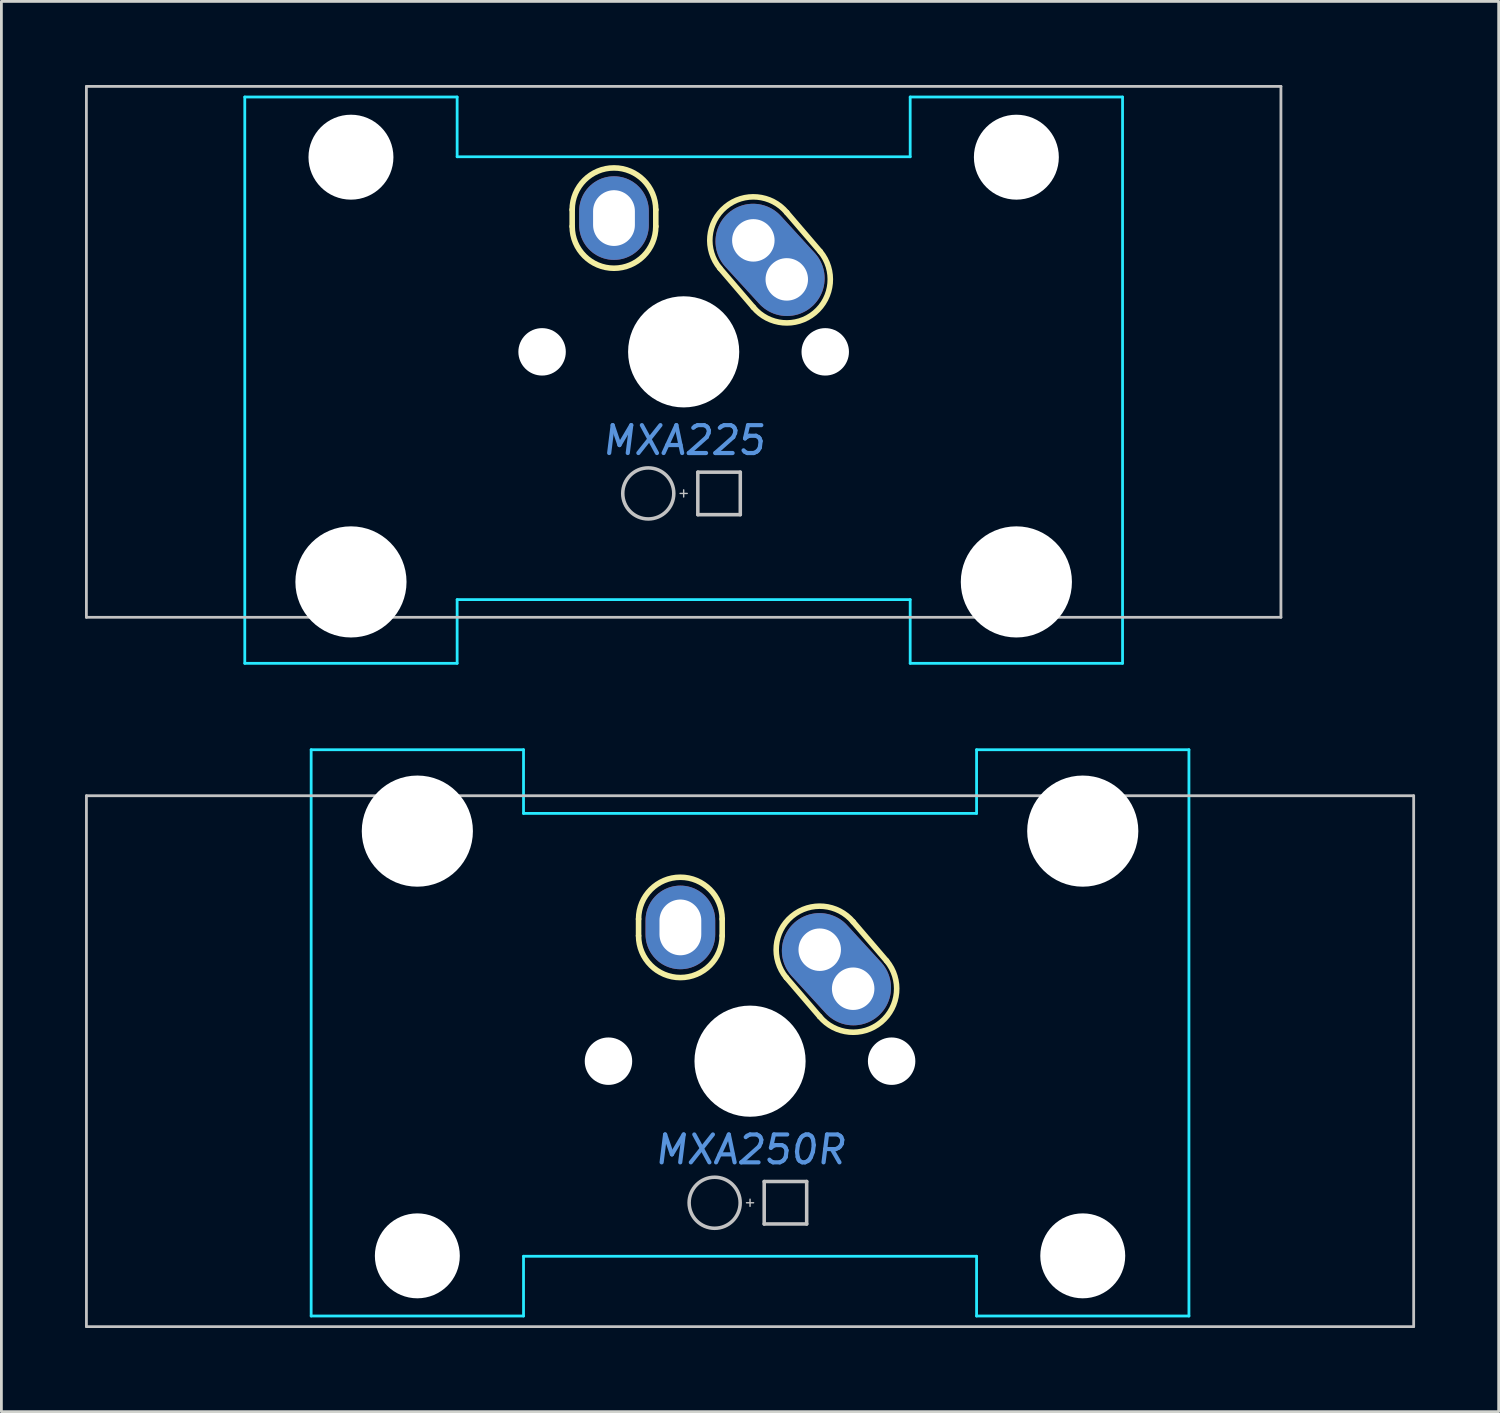
<source format=kicad_pcb>
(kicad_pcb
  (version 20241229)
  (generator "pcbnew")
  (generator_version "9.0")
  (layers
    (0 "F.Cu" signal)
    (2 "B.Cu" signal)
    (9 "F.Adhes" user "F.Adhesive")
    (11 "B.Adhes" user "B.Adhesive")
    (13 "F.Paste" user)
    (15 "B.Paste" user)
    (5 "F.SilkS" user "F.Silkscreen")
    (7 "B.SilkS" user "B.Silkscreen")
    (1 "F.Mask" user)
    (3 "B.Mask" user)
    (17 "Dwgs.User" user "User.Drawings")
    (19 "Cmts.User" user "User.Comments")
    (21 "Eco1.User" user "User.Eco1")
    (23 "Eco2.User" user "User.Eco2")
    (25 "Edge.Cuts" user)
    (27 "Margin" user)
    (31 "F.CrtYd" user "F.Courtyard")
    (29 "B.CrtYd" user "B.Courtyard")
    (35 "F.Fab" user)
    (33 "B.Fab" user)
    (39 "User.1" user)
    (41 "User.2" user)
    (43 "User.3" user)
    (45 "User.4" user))
  (footprint "MXA225"
    (layer "F.Cu")
    (at 21.481 9.575)
    (property "Reference" "MXA225" (at 0 3.175 0) (layer "Cmts.User") (effects (font (size 1 1) (thickness 0.15) (italic yes))))
    (attr through_hole)
    (fp_line (start -4 -4.5) (end -4 -5.1) (stroke (width 0.2) (type solid)) (layer "F.SilkS"))
    (fp_line (start -1 -4.5) (end -1 -5.1) (stroke (width 0.2) (type solid)) (layer "F.SilkS"))
    (fp_line (start 1.3 -3) (end 2.5 -1.6) (stroke (width 0.2) (type solid)) (layer "F.SilkS"))
    (fp_line (start 3.7 -5) (end 4.9 -3.6) (stroke (width 0.2) (type solid)) (layer "F.SilkS"))
    (fp_arc (start -4 -5.1) (mid -2.5 -6.6) (end -1 -5.1) (stroke (width 0.2) (type solid)) (layer "F.SilkS"))
    (fp_arc (start -1 -4.5) (mid -2.5 -3) (end -4 -4.5) (stroke (width 0.2) (type solid)) (layer "F.SilkS"))
    (fp_arc (start 1.3 -3) (mid 1.5 -5.2) (end 3.7 -5) (stroke (width 0.2) (type solid)) (layer "F.SilkS"))
    (fp_arc (start 4.9 -3.6) (mid 4.7 -1.4) (end 2.5 -1.6) (stroke (width 0.2) (type solid)) (layer "F.SilkS"))
    (fp_line (start -21.431 -9.525) (end -21.431 9.525) (stroke (width 0.1) (type solid)) (layer "Dwgs.User"))
    (fp_line (start -0.127 5.08) (end 0.127 5.08) (stroke (width 0.051) (type solid)) (layer "Dwgs.User"))
    (fp_line (start 0 4.953) (end 0 5.207) (stroke (width 0.051) (type solid)) (layer "Dwgs.User"))
    (fp_line (start 0.508 4.318) (end 0.508 5.842) (stroke (width 0.127) (type solid)) (layer "Dwgs.User"))
    (fp_line (start 0.508 4.318) (end 2.032 4.318) (stroke (width 0.127) (type solid)) (layer "Dwgs.User"))
    (fp_line (start 0.508 5.842) (end 2.032 5.842) (stroke (width 0.127) (type solid)) (layer "Dwgs.User"))
    (fp_line (start 2.032 5.842) (end 2.032 4.318) (stroke (width 0.127) (type solid)) (layer "Dwgs.User"))
    (fp_line (start 21.431 -9.525) (end -21.431 -9.525) (stroke (width 0.1) (type solid)) (layer "Dwgs.User"))
    (fp_line (start 21.431 -9.525) (end 21.431 9.525) (stroke (width 0.1) (type solid)) (layer "Dwgs.User"))
    (fp_line (start 21.431 9.525) (end -21.431 9.525) (stroke (width 0.1) (type solid)) (layer "Dwgs.User"))
    (fp_circle (center -1.27 5.08) (end -0.354 5.08) (stroke (width 0.127) (type solid)) (fill no) (layer "Dwgs.User"))
    (fp_line (start -15.748 -9.144) (end -15.748 11.176) (stroke (width 0.1) (type solid)) (layer "B.CrtYd"))
    (fp_line (start -15.748 -9.144) (end -8.128 -9.144) (stroke (width 0.1) (type solid)) (layer "B.CrtYd"))
    (fp_line (start -15.748 11.176) (end -8.128 11.176) (stroke (width 0.1) (type solid)) (layer "B.CrtYd"))
    (fp_line (start -8.128 -7) (end -8.128 -9.144) (stroke (width 0.1) (type solid)) (layer "B.CrtYd"))
    (fp_line (start -8.128 8.89) (end -8.128 11.176) (stroke (width 0.1) (type solid)) (layer "B.CrtYd"))
    (fp_line (start -8.128 8.89) (end 8.128 8.89) (stroke (width 0.1) (type solid)) (layer "B.CrtYd"))
    (fp_line (start 8.128 -9.144) (end 15.748 -9.144) (stroke (width 0.1) (type solid)) (layer "B.CrtYd"))
    (fp_line (start 8.128 -7) (end -8.128 -7) (stroke (width 0.1) (type solid)) (layer "B.CrtYd"))
    (fp_line (start 8.128 -7) (end 8.128 -9.144) (stroke (width 0.1) (type solid)) (layer "B.CrtYd"))
    (fp_line (start 8.128 8.89) (end 8.128 11.176) (stroke (width 0.1) (type solid)) (layer "B.CrtYd"))
    (fp_line (start 8.128 11.176) (end 15.748 11.176) (stroke (width 0.1) (type solid)) (layer "B.CrtYd"))
    (fp_line (start 15.748 -9.144) (end 15.748 11.176) (stroke (width 0.1) (type solid)) (layer "B.CrtYd"))
    (pad "" np_thru_hole circle (at -11.938 -6.985 180) (size 3.048 3.048) (drill 3.048) (layers "*.Cu" "*.Mask"))
    (pad "" np_thru_hole circle (at -11.938 8.255 180) (size 3.988 3.988) (drill 3.988) (layers "*.Cu" "*.Mask"))
    (pad "" np_thru_hole circle (at -5.08 0) (size 1.702 1.702) (drill 1.702) (layers "*.Cu" "*.Mask"))
    (pad "" np_thru_hole circle (at 0 0) (size 3.988 3.988) (drill 3.988) (layers "*.Cu" "*.Mask"))
    (pad "" np_thru_hole circle (at 5.08 0) (size 1.702 1.702) (drill 1.702) (layers "*.Cu" "*.Mask"))
    (pad "" np_thru_hole circle (at 11.938 -6.985 180) (size 3.048 3.048) (drill 3.048) (layers "*.Cu" "*.Mask"))
    (pad "" np_thru_hole circle (at 11.938 8.255 180) (size 3.988 3.988) (drill 3.988) (layers "*.Cu" "*.Mask"))
    (pad "1" thru_hole oval (at -2.5 -4.8) (size 2.5 3) (drill oval 1.5 2) (layers "*.Cu" "*.Mask"))
    (pad "2" thru_hole circle (at 2.5 -4) (size 2.5 2.5) (drill 1.524) (layers "*.Cu" "*.Mask"))
    (pad "2" smd oval (at 3.1 -3.3 222.5) (size 2.7 4.5) (layers "F.Cu" "F.Mask"))
    (pad "2" smd oval (at 3.1 -3.3 222.5) (size 2.7 4.5) (layers "B.Cu" "B.Mask"))
    (pad "2" thru_hole circle (at 3.7 -2.6) (size 2.5 2.5) (drill 1.524) (layers "*.Cu" "*.Mask")))
  (footprint "MXA250R"
    (layer "F.Cu")
    (at 23.863 35.027)
    (property "Reference" "MXA250R" (at 0 3.175 0) (layer "Cmts.User") (effects (font (size 1 1) (thickness 0.15) (italic yes))))
    (attr through_hole)
    (fp_line (start -4 -4.5) (end -4 -5.1) (stroke (width 0.2) (type solid)) (layer "F.SilkS"))
    (fp_line (start -1 -4.5) (end -1 -5.1) (stroke (width 0.2) (type solid)) (layer "F.SilkS"))
    (fp_line (start 1.3 -3) (end 2.5 -1.6) (stroke (width 0.2) (type solid)) (layer "F.SilkS"))
    (fp_line (start 3.7 -5) (end 4.9 -3.6) (stroke (width 0.2) (type solid)) (layer "F.SilkS"))
    (fp_arc (start -4 -5.1) (mid -2.5 -6.6) (end -1 -5.1) (stroke (width 0.2) (type solid)) (layer "F.SilkS"))
    (fp_arc (start -1 -4.5) (mid -2.5 -3) (end -4 -4.5) (stroke (width 0.2) (type solid)) (layer "F.SilkS"))
    (fp_arc (start 1.3 -3) (mid 1.5 -5.2) (end 3.7 -5) (stroke (width 0.2) (type solid)) (layer "F.SilkS"))
    (fp_arc (start 4.9 -3.6) (mid 4.7 -1.4) (end 2.5 -1.6) (stroke (width 0.2) (type solid)) (layer "F.SilkS"))
    (fp_line (start -23.812 -9.525) (end -23.812 9.525) (stroke (width 0.1) (type solid)) (layer "Dwgs.User"))
    (fp_line (start -0.127 5.08) (end 0.127 5.08) (stroke (width 0.051) (type solid)) (layer "Dwgs.User"))
    (fp_line (start 0 4.953) (end 0 5.207) (stroke (width 0.051) (type solid)) (layer "Dwgs.User"))
    (fp_line (start 0.508 4.318) (end 0.508 5.842) (stroke (width 0.127) (type solid)) (layer "Dwgs.User"))
    (fp_line (start 0.508 4.318) (end 2.032 4.318) (stroke (width 0.127) (type solid)) (layer "Dwgs.User"))
    (fp_line (start 0.508 5.842) (end 2.032 5.842) (stroke (width 0.127) (type solid)) (layer "Dwgs.User"))
    (fp_line (start 2.032 5.842) (end 2.032 4.318) (stroke (width 0.127) (type solid)) (layer "Dwgs.User"))
    (fp_line (start 23.812 -9.525) (end -23.812 -9.525) (stroke (width 0.1) (type solid)) (layer "Dwgs.User"))
    (fp_line (start 23.812 -9.525) (end 23.812 9.525) (stroke (width 0.1) (type solid)) (layer "Dwgs.User"))
    (fp_line (start 23.812 9.525) (end -23.812 9.525) (stroke (width 0.1) (type solid)) (layer "Dwgs.User"))
    (fp_circle (center -1.27 5.08) (end -0.354 5.08) (stroke (width 0.127) (type solid)) (fill no) (layer "Dwgs.User"))
    (fp_line (start -15.748 9.144) (end -15.748 -11.176) (stroke (width 0.1) (type solid)) (layer "B.CrtYd"))
    (fp_line (start -8.128 -11.176) (end -15.748 -11.176) (stroke (width 0.1) (type solid)) (layer "B.CrtYd"))
    (fp_line (start -8.128 -8.89) (end -8.128 -11.176) (stroke (width 0.1) (type solid)) (layer "B.CrtYd"))
    (fp_line (start -8.128 7) (end -8.128 9.144) (stroke (width 0.1) (type solid)) (layer "B.CrtYd"))
    (fp_line (start -8.128 7) (end 8.128 7) (stroke (width 0.1) (type solid)) (layer "B.CrtYd"))
    (fp_line (start -8.128 9.144) (end -15.748 9.144) (stroke (width 0.1) (type solid)) (layer "B.CrtYd"))
    (fp_line (start 8.128 -8.89) (end -8.128 -8.89) (stroke (width 0.1) (type solid)) (layer "B.CrtYd"))
    (fp_line (start 8.128 -8.89) (end 8.128 -11.176) (stroke (width 0.1) (type solid)) (layer "B.CrtYd"))
    (fp_line (start 8.128 7) (end 8.128 9.144) (stroke (width 0.1) (type solid)) (layer "B.CrtYd"))
    (fp_line (start 15.748 -11.176) (end 8.128 -11.176) (stroke (width 0.1) (type solid)) (layer "B.CrtYd"))
    (fp_line (start 15.748 9.144) (end 8.128 9.144) (stroke (width 0.1) (type solid)) (layer "B.CrtYd"))
    (fp_line (start 15.748 9.144) (end 15.748 -11.176) (stroke (width 0.1) (type solid)) (layer "B.CrtYd"))
    (pad "" np_thru_hole circle (at -11.938 -8.255) (size 3.988 3.988) (drill 3.988) (layers "*.Cu" "*.Mask"))
    (pad "" np_thru_hole circle (at -11.938 6.985) (size 3.048 3.048) (drill 3.048) (layers "*.Cu" "*.Mask"))
    (pad "" np_thru_hole circle (at -5.08 0) (size 1.702 1.702) (drill 1.702) (layers "*.Cu" "*.Mask"))
    (pad "" np_thru_hole circle (at 0 0) (size 3.988 3.988) (drill 3.988) (layers "*.Cu" "*.Mask"))
    (pad "" np_thru_hole circle (at 5.08 0) (size 1.702 1.702) (drill 1.702) (layers "*.Cu" "*.Mask"))
    (pad "" np_thru_hole circle (at 11.938 -8.255) (size 3.988 3.988) (drill 3.988) (layers "*.Cu" "*.Mask"))
    (pad "" np_thru_hole circle (at 11.938 6.985) (size 3.048 3.048) (drill 3.048) (layers "*.Cu" "*.Mask"))
    (pad "1" thru_hole oval (at -2.5 -4.8) (size 2.5 3) (drill oval 1.5 2) (layers "*.Cu" "*.Mask"))
    (pad "2" thru_hole circle (at 2.5 -4) (size 2.5 2.5) (drill 1.524) (layers "*.Cu" "*.Mask"))
    (pad "2" smd oval (at 3.1 -3.3 222.5) (size 2.7 4.5) (layers "F.Cu" "F.Mask"))
    (pad "2" smd oval (at 3.1 -3.3 222.5) (size 2.7 4.5) (layers "B.Cu" "B.Mask"))
    (pad "2" thru_hole circle (at 3.7 -2.6) (size 2.5 2.5) (drill 1.524) (layers "*.Cu" "*.Mask")))
  (gr_rect
    (start -3 -3)
    (end 50.725 47.602)
    (stroke (width 0.1) (type default))
    (fill no)
    (layer "Edge.Cuts")))
</source>
